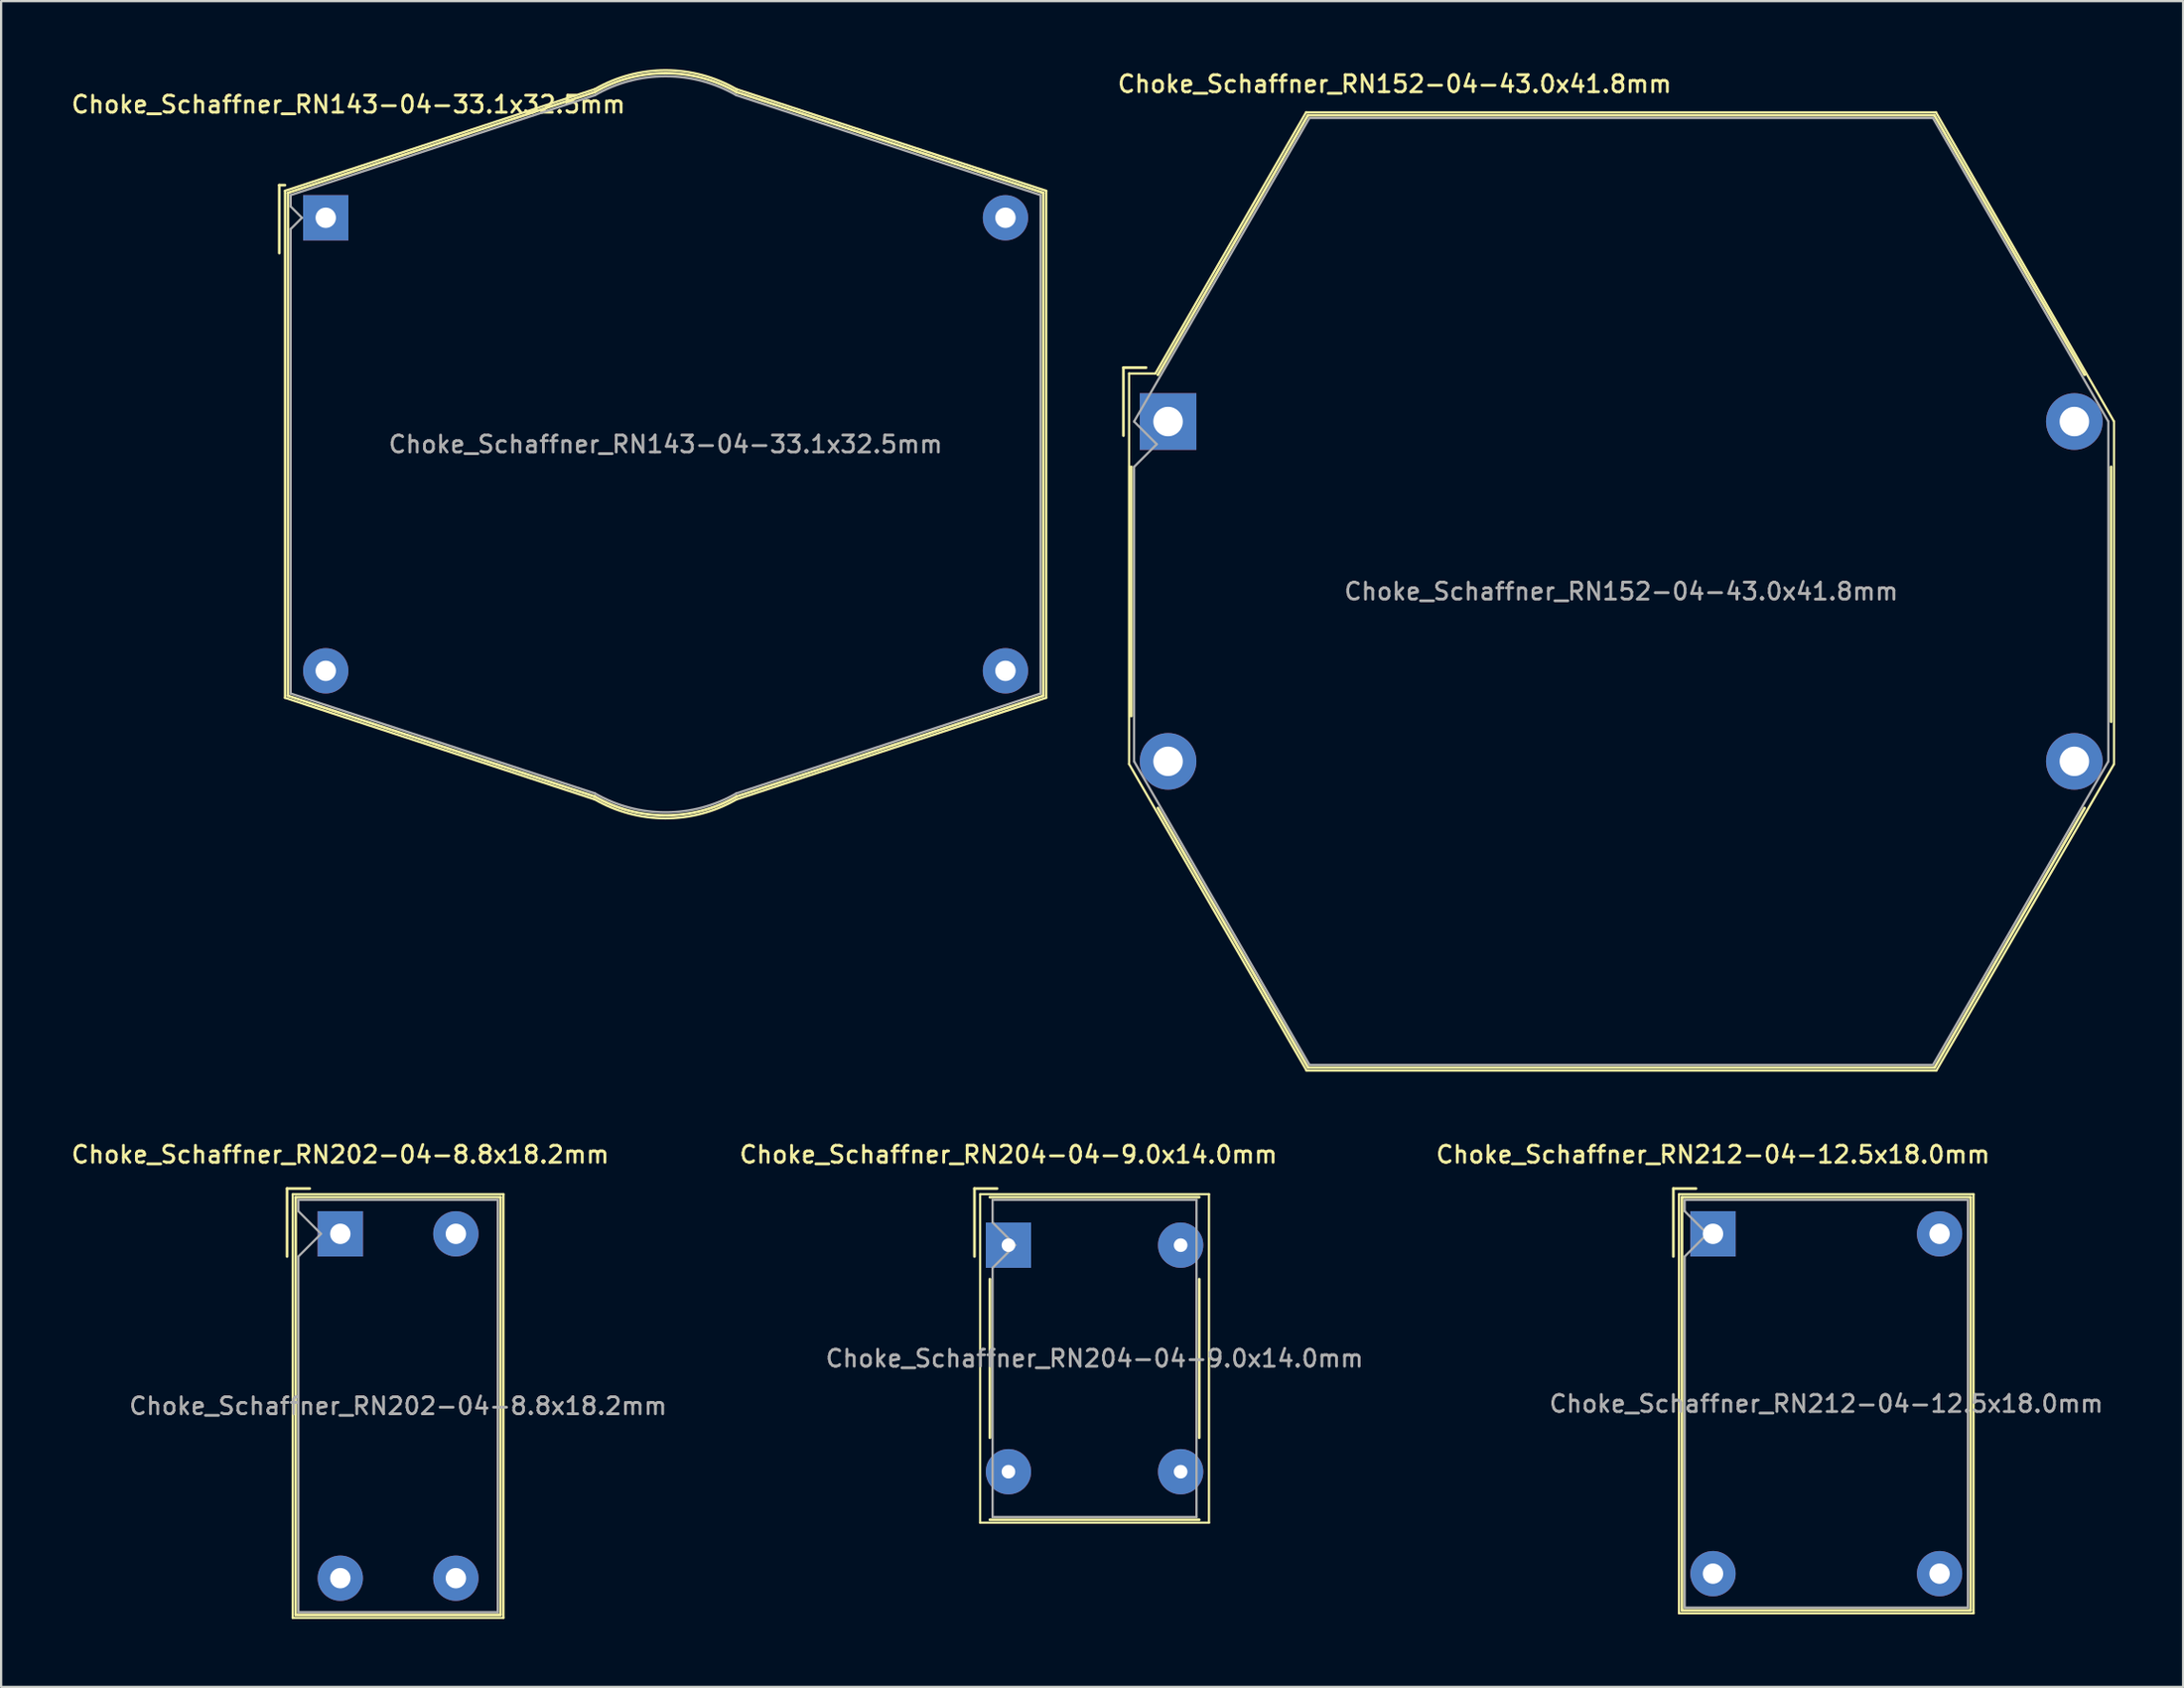
<source format=kicad_pcb>
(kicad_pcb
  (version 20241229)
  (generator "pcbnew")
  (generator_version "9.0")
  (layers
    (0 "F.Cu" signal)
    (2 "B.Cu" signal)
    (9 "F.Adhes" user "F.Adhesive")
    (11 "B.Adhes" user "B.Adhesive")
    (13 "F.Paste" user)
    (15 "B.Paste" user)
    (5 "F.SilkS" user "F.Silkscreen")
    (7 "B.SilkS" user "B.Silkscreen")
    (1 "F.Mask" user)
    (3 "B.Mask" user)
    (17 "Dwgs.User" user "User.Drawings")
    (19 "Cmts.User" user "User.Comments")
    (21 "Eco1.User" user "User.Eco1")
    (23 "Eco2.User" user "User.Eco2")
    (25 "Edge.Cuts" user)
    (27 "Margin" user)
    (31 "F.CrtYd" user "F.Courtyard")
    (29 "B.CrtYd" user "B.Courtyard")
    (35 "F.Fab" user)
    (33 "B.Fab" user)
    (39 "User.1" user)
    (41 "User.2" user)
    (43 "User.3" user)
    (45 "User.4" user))
  (footprint "Choke_Schaffner_RN202-04-8.8x18.2mm"
    (layer "F.Cu")
    (at 11.97 51.416)
    (property "Reference" "Choke_Schaffner_RN202-04-8.8x18.2mm" (at 0 -3.5 0) (layer "F.SilkS") (effects (font (size 0.75 0.75) (thickness 0.125))))
    (attr through_hole)
    (fp_line (start -2.35 -2) (end -2.35 1) (stroke (width 0.12) (type solid)) (layer "F.SilkS"))
    (fp_line (start -2.35 -2) (end -1.35 -2) (stroke (width 0.12) (type solid)) (layer "F.SilkS"))
    (fp_line (start -2.1 -1.75) (end -2.1 16.95) (stroke (width 0.1) (type solid)) (layer "F.SilkS"))
    (fp_line (start -2.1 16.95) (end 7.2 16.95) (stroke (width 0.1) (type solid)) (layer "F.SilkS"))
    (fp_line (start -1.97 -1.62) (end 7.07 -1.62) (stroke (width 0.12) (type solid)) (layer "F.SilkS"))
    (fp_line (start -1.97 16.82) (end -1.97 -1.62) (stroke (width 0.12) (type solid)) (layer "F.SilkS"))
    (fp_line (start 7.07 -1.62) (end 7.07 16.82) (stroke (width 0.12) (type solid)) (layer "F.SilkS"))
    (fp_line (start 7.07 16.82) (end -1.97 16.82) (stroke (width 0.12) (type solid)) (layer "F.SilkS"))
    (fp_line (start 7.2 -1.75) (end -2.1 -1.75) (stroke (width 0.1) (type solid)) (layer "F.SilkS"))
    (fp_line (start 7.2 16.95) (end 7.2 -1.75) (stroke (width 0.1) (type solid)) (layer "F.SilkS"))
    (fp_line (start -1.85 -1.5) (end 6.95 -1.5) (stroke (width 0.1) (type solid)) (layer "F.Fab"))
    (fp_line (start -1.85 -1) (end -1.85 -1.5) (stroke (width 0.1) (type solid)) (layer "F.Fab"))
    (fp_line (start -1.85 1) (end -0.85 0) (stroke (width 0.1) (type solid)) (layer "F.Fab"))
    (fp_line (start -1.85 16.7) (end -1.85 1) (stroke (width 0.1) (type solid)) (layer "F.Fab"))
    (fp_line (start -0.85 0) (end -1.85 -1) (stroke (width 0.1) (type solid)) (layer "F.Fab"))
    (fp_line (start 6.95 -1.5) (end 6.95 16.7) (stroke (width 0.1) (type solid)) (layer "F.Fab"))
    (fp_line (start 6.95 16.7) (end -1.85 16.7) (stroke (width 0.1) (type solid)) (layer "F.Fab"))
    (fp_text user "${REFERENCE}" (at 2.55 7.6 0) (layer "F.Fab") (effects (font (size 0.75 0.75) (thickness 0.125))))
    (pad "1" thru_hole rect (at 0 0) (size 2 2) (drill 0.9) (layers "*.Cu" "*.Mask"))
    (pad "2" thru_hole circle (at 5.1 0) (size 2 2) (drill 0.9) (layers "*.Cu" "*.Mask"))
    (pad "3" thru_hole circle (at 0 15.2) (size 2 2) (drill 0.9) (layers "*.Cu" "*.Mask"))
    (pad "4" thru_hole circle (at 5.1 15.2) (size 2 2) (drill 0.9) (layers "*.Cu" "*.Mask")))
  (footprint "Choke_Schaffner_RN143-04-33.1x32.5mm"
    (layer "F.Cu")
    (at 11.327 6.563)
    (property "Reference" "Choke_Schaffner_RN143-04-33.1x32.5mm" (at 1 -5 0) (layer "F.SilkS") (effects (font (size 0.75 0.75) (thickness 0.125))))
    (attr through_hole)
    (fp_line (start -2.05 -1.44) (end -2.05 1.56) (stroke (width 0.12) (type solid)) (layer "F.SilkS"))
    (fp_line (start -2.05 -1.44) (end -1.8 -1.44) (stroke (width 0.12) (type solid)) (layer "F.SilkS"))
    (fp_line (start -1.8 -1.19) (end 11.88 -5.68) (stroke (width 0.1) (type solid)) (layer "F.SilkS"))
    (fp_line (start -1.8 21.19) (end -1.8 -1.19) (stroke (width 0.1) (type solid)) (layer "F.SilkS"))
    (fp_line (start -1.67 -1.1) (end 11.88 -5.55) (stroke (width 0.12) (type solid)) (layer "F.SilkS"))
    (fp_line (start -1.67 21.1) (end -1.67 -1.1) (stroke (width 0.12) (type solid)) (layer "F.SilkS"))
    (fp_line (start 11.88 25.55) (end -1.67 21.1) (stroke (width 0.12) (type solid)) (layer "F.SilkS"))
    (fp_line (start 11.88 25.68) (end -1.8 21.19) (stroke (width 0.1) (type solid)) (layer "F.SilkS"))
    (fp_line (start 18.12 -5.68) (end 31.8 -1.19) (stroke (width 0.1) (type solid)) (layer "F.SilkS"))
    (fp_line (start 18.12 -5.55) (end 31.67 -1.1) (stroke (width 0.12) (type solid)) (layer "F.SilkS"))
    (fp_line (start 31.67 -1.1) (end 31.67 21.1) (stroke (width 0.12) (type solid)) (layer "F.SilkS"))
    (fp_line (start 31.67 21.1) (end 18.12 25.55) (stroke (width 0.12) (type solid)) (layer "F.SilkS"))
    (fp_line (start 31.8 -1.19) (end 31.8 21.19) (stroke (width 0.1) (type solid)) (layer "F.SilkS"))
    (fp_line (start 31.8 21.19) (end 18.12 25.68) (stroke (width 0.1) (type solid)) (layer "F.SilkS"))
    (fp_arc (start 11.88 -5.68) (mid 15.013001 -6.512518) (end 18.142518 -5.666999) (stroke (width 0.1) (type solid)) (layer "F.SilkS"))
    (fp_arc (start 11.88 -5.55) (mid 15.013001 -6.382518) (end 18.142518 -5.536999) (stroke (width 0.12) (type solid)) (layer "F.SilkS"))
    (fp_arc (start 18.12 25.55) (mid 14.986999 26.382518) (end 11.857482 25.536999) (stroke (width 0.12) (type solid)) (layer "F.SilkS"))
    (fp_arc (start 18.12 25.68) (mid 14.986999 26.512518) (end 11.857482 25.666999) (stroke (width 0.1) (type solid)) (layer "F.SilkS"))
    (fp_line (start -1.55 -1) (end 11.88 -5.41) (stroke (width 0.1) (type solid)) (layer "F.Fab"))
    (fp_line (start -1.55 -0.5) (end -1.55 -1) (stroke (width 0.1) (type solid)) (layer "F.Fab"))
    (fp_line (start -1.55 0.5) (end -1.05 0) (stroke (width 0.1) (type solid)) (layer "F.Fab"))
    (fp_line (start -1.55 21) (end -1.55 0.5) (stroke (width 0.1) (type solid)) (layer "F.Fab"))
    (fp_line (start -1.05 0) (end -1.55 -0.5) (stroke (width 0.1) (type solid)) (layer "F.Fab"))
    (fp_line (start 11.88 25.41) (end -1.55 21) (stroke (width 0.1) (type solid)) (layer "F.Fab"))
    (fp_line (start 18.12 -5.41) (end 31.55 -1) (stroke (width 0.1) (type solid)) (layer "F.Fab"))
    (fp_line (start 31.55 -1) (end 31.55 21) (stroke (width 0.1) (type solid)) (layer "F.Fab"))
    (fp_line (start 31.55 21) (end 18.12 25.41) (stroke (width 0.1) (type solid)) (layer "F.Fab"))
    (fp_arc (start 11.88 -5.41) (mid 15.003001 -6.245197) (end 18.125197 -5.406999) (stroke (width 0.1) (type solid)) (layer "F.Fab"))
    (fp_arc (start 18.12 25.41) (mid 14.996999 26.245197) (end 11.874803 25.406999) (stroke (width 0.1) (type solid)) (layer "F.Fab"))
    (fp_text user "${REFERENCE}" (at 15 10 0) (layer "F.Fab") (effects (font (size 0.75 0.75) (thickness 0.125))))
    (pad "1" thru_hole rect (at 0 0) (size 2 2) (drill 0.9) (layers "*.Cu" "*.Mask"))
    (pad "2" thru_hole circle (at 30 0) (size 2 2) (drill 0.9) (layers "*.Cu" "*.Mask"))
    (pad "3" thru_hole circle (at 0 20) (size 2 2) (drill 0.9) (layers "*.Cu" "*.Mask"))
    (pad "4" thru_hole circle (at 30 20) (size 2 2) (drill 0.9) (layers "*.Cu" "*.Mask")))
  (footprint "Choke_Schaffner_RN204-04-9.0x14.0mm"
    (layer "F.Cu")
    (at 41.459 51.916)
    (property "Reference" "Choke_Schaffner_RN204-04-9.0x14.0mm" (at 0 -4 0) (layer "F.SilkS") (effects (font (size 0.75 0.75) (thickness 0.125))))
    (attr through_hole)
    (fp_line (start -1.5 -2.5) (end -1.5 0.5) (stroke (width 0.12) (type solid)) (layer "F.SilkS"))
    (fp_line (start -1.5 -2.5) (end -0.5 -2.5) (stroke (width 0.12) (type solid)) (layer "F.SilkS"))
    (fp_line (start -1.25 -2.25) (end -1.25 12.25) (stroke (width 0.1) (type solid)) (layer "F.SilkS"))
    (fp_line (start -1.25 12.25) (end 8.85 12.25) (stroke (width 0.1) (type solid)) (layer "F.SilkS"))
    (fp_line (start -0.82 -2.12) (end 8.42 -2.12) (stroke (width 0.12) (type solid)) (layer "F.SilkS"))
    (fp_line (start -0.82 1.5) (end -0.82 8.5) (stroke (width 0.12) (type solid)) (layer "F.SilkS"))
    (fp_line (start 8.42 1.5) (end 8.42 8.5) (stroke (width 0.12) (type solid)) (layer "F.SilkS"))
    (fp_line (start 8.42 12.12) (end -0.82 12.12) (stroke (width 0.12) (type solid)) (layer "F.SilkS"))
    (fp_line (start 8.85 -2.25) (end -1.25 -2.25) (stroke (width 0.1) (type solid)) (layer "F.SilkS"))
    (fp_line (start 8.85 12.25) (end 8.85 -2.25) (stroke (width 0.1) (type solid)) (layer "F.SilkS"))
    (fp_line (start -0.7 -2) (end 8.3 -2) (stroke (width 0.1) (type solid)) (layer "F.Fab"))
    (fp_line (start -0.7 -1) (end -0.7 -2) (stroke (width 0.1) (type solid)) (layer "F.Fab"))
    (fp_line (start -0.7 1) (end 0.3 0) (stroke (width 0.1) (type solid)) (layer "F.Fab"))
    (fp_line (start -0.7 12) (end -0.7 1) (stroke (width 0.1) (type solid)) (layer "F.Fab"))
    (fp_line (start 0.3 0) (end -0.7 -1) (stroke (width 0.1) (type solid)) (layer "F.Fab"))
    (fp_line (start 8.3 -2) (end 8.3 12) (stroke (width 0.1) (type solid)) (layer "F.Fab"))
    (fp_line (start 8.3 12) (end -0.7 12) (stroke (width 0.1) (type solid)) (layer "F.Fab"))
    (fp_text user "${REFERENCE}" (at 3.8 5 0) (layer "F.Fab") (effects (font (size 0.75 0.75) (thickness 0.125))))
    (pad "1" thru_hole rect (at 0 0) (size 2 2) (drill 0.6) (layers "*.Cu" "*.Mask"))
    (pad "2" thru_hole circle (at 7.6 0) (size 2 2) (drill 0.6) (layers "*.Cu" "*.Mask"))
    (pad "3" thru_hole circle (at 0 10) (size 2 2) (drill 0.6) (layers "*.Cu" "*.Mask"))
    (pad "4" thru_hole circle (at 7.6 10) (size 2 2) (drill 0.6) (layers "*.Cu" "*.Mask")))
  (footprint "Choke_Schaffner_RN212-04-12.5x18.0mm"
    (layer "F.Cu")
    (at 72.555 51.416)
    (property "Reference" "Choke_Schaffner_RN212-04-12.5x18.0mm" (at 0 -3.5 0) (layer "F.SilkS") (effects (font (size 0.75 0.75) (thickness 0.125))))
    (attr through_hole)
    (fp_line (start -1.75 -2) (end -1.75 1) (stroke (width 0.12) (type solid)) (layer "F.SilkS"))
    (fp_line (start -1.75 -2) (end -0.75 -2) (stroke (width 0.12) (type solid)) (layer "F.SilkS"))
    (fp_line (start -1.5 -1.75) (end -1.5 16.75) (stroke (width 0.1) (type solid)) (layer "F.SilkS"))
    (fp_line (start -1.5 16.75) (end 11.5 16.75) (stroke (width 0.1) (type solid)) (layer "F.SilkS"))
    (fp_line (start -1.37 -1.62) (end 11.37 -1.62) (stroke (width 0.12) (type solid)) (layer "F.SilkS"))
    (fp_line (start -1.37 16.62) (end -1.37 -1.62) (stroke (width 0.12) (type solid)) (layer "F.SilkS"))
    (fp_line (start 11.37 -1.62) (end 11.37 16.62) (stroke (width 0.12) (type solid)) (layer "F.SilkS"))
    (fp_line (start 11.37 16.62) (end -1.37 16.62) (stroke (width 0.12) (type solid)) (layer "F.SilkS"))
    (fp_line (start 11.5 -1.75) (end -1.5 -1.75) (stroke (width 0.1) (type solid)) (layer "F.SilkS"))
    (fp_line (start 11.5 16.75) (end 11.5 -1.75) (stroke (width 0.1) (type solid)) (layer "F.SilkS"))
    (fp_line (start -1.25 -1.5) (end 11.25 -1.5) (stroke (width 0.1) (type solid)) (layer "F.Fab"))
    (fp_line (start -1.25 -1) (end -1.25 -1.5) (stroke (width 0.1) (type solid)) (layer "F.Fab"))
    (fp_line (start -1.25 1) (end -0.25 0) (stroke (width 0.1) (type solid)) (layer "F.Fab"))
    (fp_line (start -1.25 16.5) (end -1.25 1) (stroke (width 0.1) (type solid)) (layer "F.Fab"))
    (fp_line (start -0.25 0) (end -1.25 -1) (stroke (width 0.1) (type solid)) (layer "F.Fab"))
    (fp_line (start 11.25 -1.5) (end 11.25 16.5) (stroke (width 0.1) (type solid)) (layer "F.Fab"))
    (fp_line (start 11.25 16.5) (end -1.25 16.5) (stroke (width 0.1) (type solid)) (layer "F.Fab"))
    (fp_text user "${REFERENCE}" (at 5 7.5 0) (layer "F.Fab") (effects (font (size 0.75 0.75) (thickness 0.125))))
    (pad "1" thru_hole rect (at 0 0) (size 2 2) (drill 0.9) (layers "*.Cu" "*.Mask"))
    (pad "2" thru_hole circle (at 10 0) (size 2 2) (drill 0.9) (layers "*.Cu" "*.Mask"))
    (pad "3" thru_hole circle (at 0 15) (size 2 2) (drill 0.9) (layers "*.Cu" "*.Mask"))
    (pad "4" thru_hole circle (at 10 15) (size 2 2) (drill 0.9) (layers "*.Cu" "*.Mask")))
  (footprint "Choke_Schaffner_RN152-04-43.0x41.8mm"
    (layer "F.Cu")
    (at 48.504 15.558)
    (property "Reference" "Choke_Schaffner_RN152-04-43.0x41.8mm" (at 10 -14.9 0) (layer "F.SilkS") (effects (font (size 0.75 0.75) (thickness 0.125))))
    (attr through_hole)
    (fp_line (start -1.97 -2.38) (end -1.97 0.62) (stroke (width 0.12) (type solid)) (layer "F.SilkS"))
    (fp_line (start -1.97 -2.38) (end -0.97 -2.38) (stroke (width 0.12) (type solid)) (layer "F.SilkS"))
    (fp_line (start -1.72 -2.12) (end -0.56 -2.12) (stroke (width 0.1) (type solid)) (layer "F.SilkS"))
    (fp_line (start -1.72 15.12) (end -1.72 -2.12) (stroke (width 0.1) (type solid)) (layer "F.SilkS"))
    (fp_line (start -1.62 13) (end -1.62 2) (stroke (width 0.12) (type solid)) (layer "F.SilkS"))
    (fp_line (start -0.56 -2.12) (end 6.09 -13.65) (stroke (width 0.1) (type solid)) (layer "F.SilkS"))
    (fp_line (start -0.45 -2.06) (end 6.17 -13.52) (stroke (width 0.12) (type solid)) (layer "F.SilkS"))
    (fp_line (start 6.09 -13.65) (end 33.89 -13.65) (stroke (width 0.1) (type solid)) (layer "F.SilkS"))
    (fp_line (start 6.11 28.65) (end -1.72 15.12) (stroke (width 0.1) (type solid)) (layer "F.SilkS"))
    (fp_line (start 6.17 -13.52) (end 33.82 -13.52) (stroke (width 0.12) (type solid)) (layer "F.SilkS"))
    (fp_line (start 6.18 28.52) (end -0.45 17.06) (stroke (width 0.12) (type solid)) (layer "F.SilkS"))
    (fp_line (start 33.82 -13.52) (end 40.45 -2.06) (stroke (width 0.12) (type solid)) (layer "F.SilkS"))
    (fp_line (start 33.83 28.52) (end 6.18 28.52) (stroke (width 0.12) (type solid)) (layer "F.SilkS"))
    (fp_line (start 33.89 -13.65) (end 41.75 0) (stroke (width 0.1) (type solid)) (layer "F.SilkS"))
    (fp_line (start 33.91 28.65) (end 6.11 28.65) (stroke (width 0.1) (type solid)) (layer "F.SilkS"))
    (fp_line (start 40.45 17.06) (end 33.83 28.52) (stroke (width 0.12) (type solid)) (layer "F.SilkS"))
    (fp_line (start 41.62 2) (end 41.62 13.25) (stroke (width 0.12) (type solid)) (layer "F.SilkS"))
    (fp_line (start 41.75 0) (end 41.75 15.12) (stroke (width 0.1) (type solid)) (layer "F.SilkS"))
    (fp_line (start 41.75 15.12) (end 33.91 28.65) (stroke (width 0.1) (type solid)) (layer "F.SilkS"))
    (fp_line (start -1.5 0) (end 6.24 -13.4) (stroke (width 0.1) (type solid)) (layer "F.Fab"))
    (fp_line (start -1.5 2) (end -0.5 1) (stroke (width 0.1) (type solid)) (layer "F.Fab"))
    (fp_line (start -1.5 15) (end -1.5 2) (stroke (width 0.1) (type solid)) (layer "F.Fab"))
    (fp_line (start -0.5 1) (end -1.5 0) (stroke (width 0.1) (type solid)) (layer "F.Fab"))
    (fp_line (start 6.24 -13.4) (end 33.76 -13.4) (stroke (width 0.1) (type solid)) (layer "F.Fab"))
    (fp_line (start 6.24 28.4) (end -1.5 15) (stroke (width 0.1) (type solid)) (layer "F.Fab"))
    (fp_line (start 33.76 -13.4) (end 41.5 0) (stroke (width 0.1) (type solid)) (layer "F.Fab"))
    (fp_line (start 33.76 28.4) (end 6.24 28.4) (stroke (width 0.1) (type solid)) (layer "F.Fab"))
    (fp_line (start 41.5 0) (end 41.5 15) (stroke (width 0.1) (type solid)) (layer "F.Fab"))
    (fp_line (start 41.5 15) (end 33.76 28.4) (stroke (width 0.1) (type solid)) (layer "F.Fab"))
    (fp_text user "${REFERENCE}" (at 20 7.5 0) (layer "F.Fab") (effects (font (size 0.75 0.75) (thickness 0.125))))
    (pad "1" thru_hole rect (at 0 0) (size 2.5 2.5) (drill 1.3) (layers "*.Cu" "*.Mask"))
    (pad "2" thru_hole circle (at 40 0) (size 2.5 2.5) (drill 1.3) (layers "*.Cu" "*.Mask"))
    (pad "3" thru_hole circle (at 0 15) (size 2.5 2.5) (drill 1.3) (layers "*.Cu" "*.Mask"))
    (pad "4" thru_hole circle (at 40 15) (size 2.5 2.5) (drill 1.3) (layers "*.Cu" "*.Mask")))
  (gr_rect
    (start -3 -3)
    (end 93.304 71.416)
    (stroke (width 0.1) (type default))
    (fill no)
    (layer "Edge.Cuts")))
</source>
